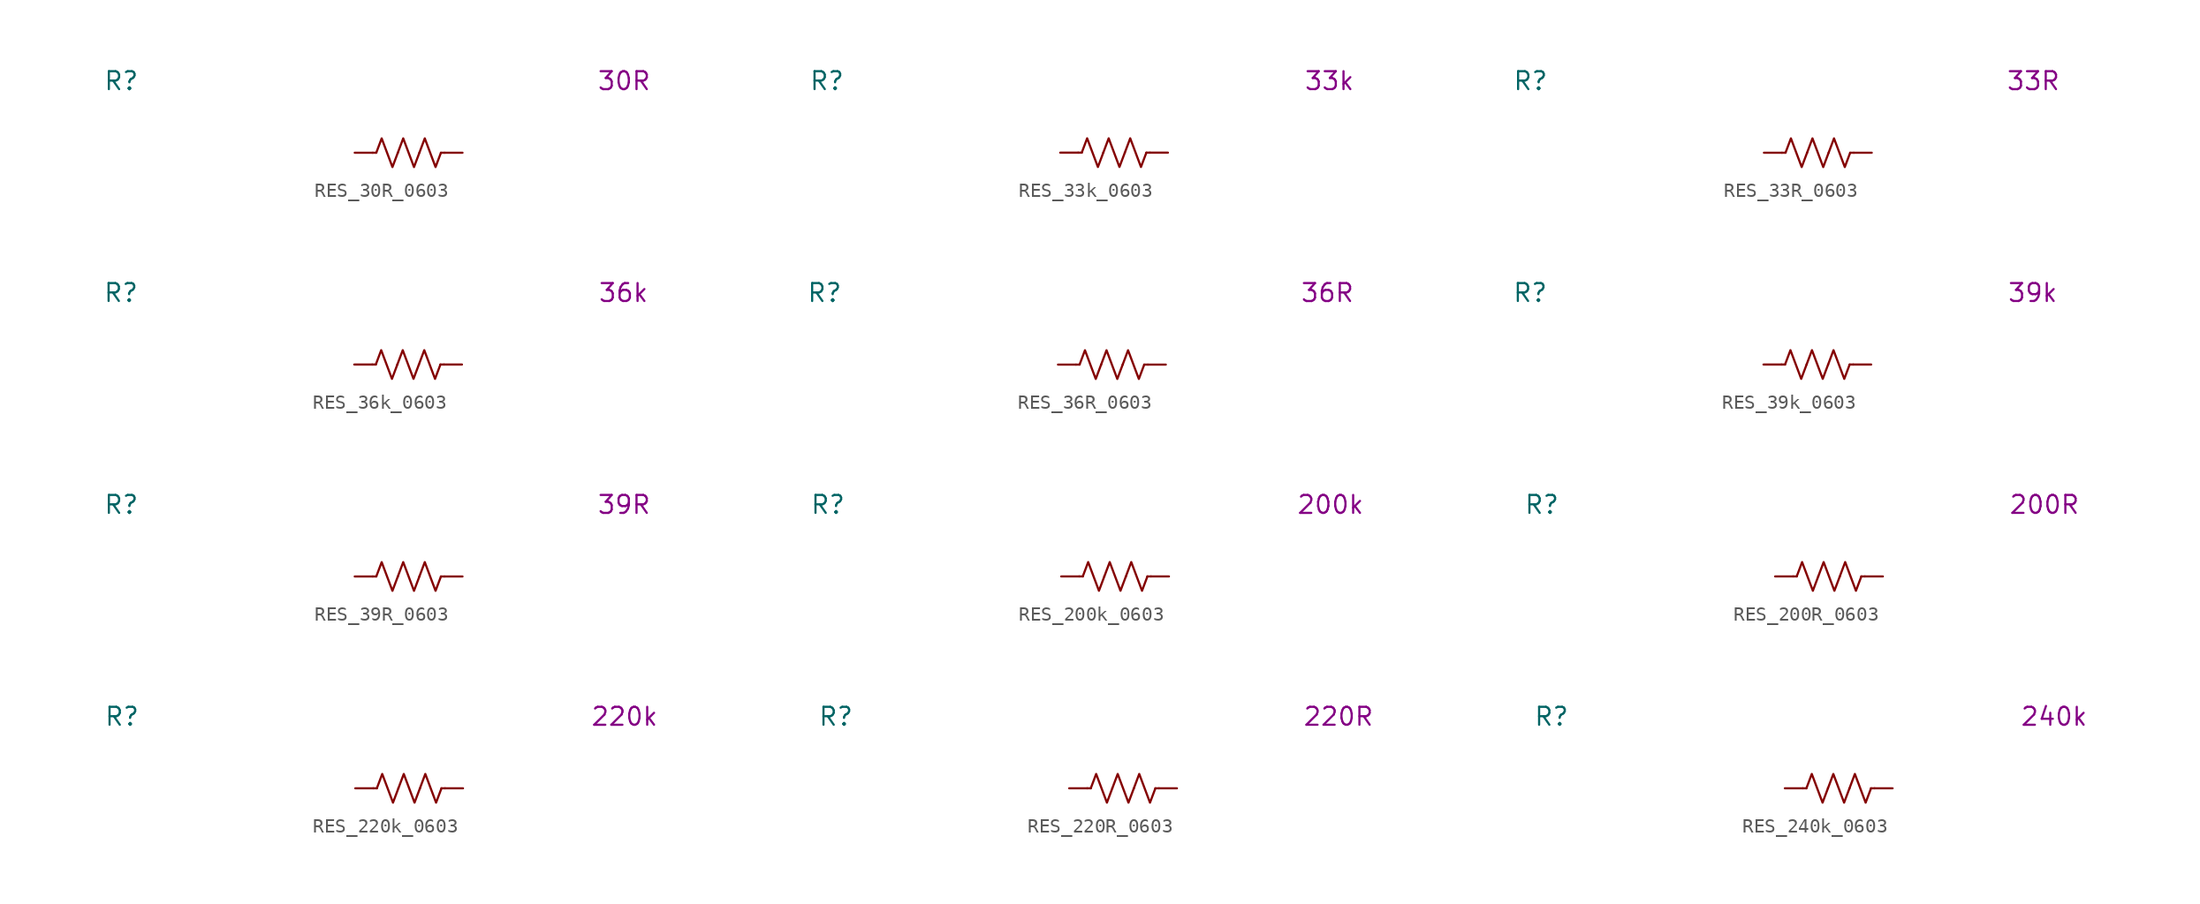
<source format=kicad_sym>
(kicad_symbol_lib
  (version 20231120)
  (generator "kicad_symbol_editor")
  (generator_version "8.0")
  (symbol "RES_30R_0603"
    (pin_numbers hide)
    (property "Reference" "R"
      (at -20.32 5.08 0)
      (effects (font (size 1.27 1.27))))
    (property "Display Value" "30R"
      (at 15.24 5.08 0)
      (effects (font (size 1.27 1.27))))
    (symbol "RES_30R_0603_0_1"
      (polyline (pts (xy -2.286 0) (xy -2.54 0)) (stroke (width 0) (type default)) (fill (type none)))
      (polyline (pts (xy 2.286 0) (xy 2.54 0)) (stroke (width 0) (type default)) (fill (type none)))
      (polyline (pts (xy -2.286 0) (xy -1.905 1.016) (xy -1.524 0) (xy -1.143 -1.016) (xy -0.762 0)) (stroke (width 0) (type default)) (fill (type none)))
      (polyline (pts (xy -0.762 0) (xy -0.381 1.016) (xy 0 0) (xy 0.381 -1.016) (xy 0.762 0)) (stroke (width 0) (type default)) (fill (type none)))
      (polyline (pts (xy 0.762 0) (xy 1.143 1.016) (xy 1.524 0) (xy 1.905 -1.016) (xy 2.286 0)) (stroke (width 0) (type default)) (fill (type none))))
    (symbol "RES_30R_0603_1_1"
      (pin passive line (at -3.81 0 0) (length 1.27) (name "~" (effects (font (size 1.27 1.27)))) (number "1" (effects (font (size 1.27 1.27)))))
      (pin passive line (at 3.81 0 180) (length 1.27) (name "~" (effects (font (size 1.27 1.27)))) (number "2" (effects (font (size 1.27 1.27)))))))
  (symbol "RES_33k_0603"
    (pin_numbers hide)
    (property "Reference" "R"
      (at -20.32 5.08 0)
      (effects (font (size 1.27 1.27))))
    (property "Display Value" "33k"
      (at 15.24 5.08 0)
      (effects (font (size 1.27 1.27))))
    (symbol "RES_33k_0603_0_1"
      (polyline (pts (xy -2.286 0) (xy -2.54 0)) (stroke (width 0) (type default)) (fill (type none)))
      (polyline (pts (xy 2.286 0) (xy 2.54 0)) (stroke (width 0) (type default)) (fill (type none)))
      (polyline (pts (xy -2.286 0) (xy -1.905 1.016) (xy -1.524 0) (xy -1.143 -1.016) (xy -0.762 0)) (stroke (width 0) (type default)) (fill (type none)))
      (polyline (pts (xy -0.762 0) (xy -0.381 1.016) (xy 0 0) (xy 0.381 -1.016) (xy 0.762 0)) (stroke (width 0) (type default)) (fill (type none)))
      (polyline (pts (xy 0.762 0) (xy 1.143 1.016) (xy 1.524 0) (xy 1.905 -1.016) (xy 2.286 0)) (stroke (width 0) (type default)) (fill (type none))))
    (symbol "RES_33k_0603_1_1"
      (pin passive line (at -3.81 0 0) (length 1.27) (name "~" (effects (font (size 1.27 1.27)))) (number "1" (effects (font (size 1.27 1.27)))))
      (pin passive line (at 3.81 0 180) (length 1.27) (name "~" (effects (font (size 1.27 1.27)))) (number "2" (effects (font (size 1.27 1.27)))))))
  (symbol "RES_33R_0603"
    (pin_numbers hide)
    (property "Reference" "R"
      (at -20.32 5.08 0)
      (effects (font (size 1.27 1.27))))
    (property "Display Value" "33R"
      (at 15.24 5.08 0)
      (effects (font (size 1.27 1.27))))
    (symbol "RES_33R_0603_0_1"
      (polyline (pts (xy -2.286 0) (xy -2.54 0)) (stroke (width 0) (type default)) (fill (type none)))
      (polyline (pts (xy 2.286 0) (xy 2.54 0)) (stroke (width 0) (type default)) (fill (type none)))
      (polyline (pts (xy -2.286 0) (xy -1.905 1.016) (xy -1.524 0) (xy -1.143 -1.016) (xy -0.762 0)) (stroke (width 0) (type default)) (fill (type none)))
      (polyline (pts (xy -0.762 0) (xy -0.381 1.016) (xy 0 0) (xy 0.381 -1.016) (xy 0.762 0)) (stroke (width 0) (type default)) (fill (type none)))
      (polyline (pts (xy 0.762 0) (xy 1.143 1.016) (xy 1.524 0) (xy 1.905 -1.016) (xy 2.286 0)) (stroke (width 0) (type default)) (fill (type none))))
    (symbol "RES_33R_0603_1_1"
      (pin passive line (at -3.81 0 0) (length 1.27) (name "~" (effects (font (size 1.27 1.27)))) (number "1" (effects (font (size 1.27 1.27)))))
      (pin passive line (at 3.81 0 180) (length 1.27) (name "~" (effects (font (size 1.27 1.27)))) (number "2" (effects (font (size 1.27 1.27)))))))
  (symbol "RES_36k_0603"
    (pin_numbers hide)
    (property "Reference" "R"
      (at -20.32 5.08 0)
      (effects (font (size 1.27 1.27))))
    (property "Display Value" "36k"
      (at 15.24 5.08 0)
      (effects (font (size 1.27 1.27))))
    (symbol "RES_36k_0603_0_1"
      (polyline (pts (xy -2.286 0) (xy -2.54 0)) (stroke (width 0) (type default)) (fill (type none)))
      (polyline (pts (xy 2.286 0) (xy 2.54 0)) (stroke (width 0) (type default)) (fill (type none)))
      (polyline (pts (xy -2.286 0) (xy -1.905 1.016) (xy -1.524 0) (xy -1.143 -1.016) (xy -0.762 0)) (stroke (width 0) (type default)) (fill (type none)))
      (polyline (pts (xy -0.762 0) (xy -0.381 1.016) (xy 0 0) (xy 0.381 -1.016) (xy 0.762 0)) (stroke (width 0) (type default)) (fill (type none)))
      (polyline (pts (xy 0.762 0) (xy 1.143 1.016) (xy 1.524 0) (xy 1.905 -1.016) (xy 2.286 0)) (stroke (width 0) (type default)) (fill (type none))))
    (symbol "RES_36k_0603_1_1"
      (pin passive line (at -3.81 0 0) (length 1.27) (name "~" (effects (font (size 1.27 1.27)))) (number "1" (effects (font (size 1.27 1.27)))))
      (pin passive line (at 3.81 0 180) (length 1.27) (name "~" (effects (font (size 1.27 1.27)))) (number "2" (effects (font (size 1.27 1.27)))))))
  (symbol "RES_36R_0603"
    (pin_numbers hide)
    (property "Reference" "R"
      (at -20.32 5.08 0)
      (effects (font (size 1.27 1.27))))
    (property "Display Value" "36R"
      (at 15.24 5.08 0)
      (effects (font (size 1.27 1.27))))
    (symbol "RES_36R_0603_0_1"
      (polyline (pts (xy -2.286 0) (xy -2.54 0)) (stroke (width 0) (type default)) (fill (type none)))
      (polyline (pts (xy 2.286 0) (xy 2.54 0)) (stroke (width 0) (type default)) (fill (type none)))
      (polyline (pts (xy -2.286 0) (xy -1.905 1.016) (xy -1.524 0) (xy -1.143 -1.016) (xy -0.762 0)) (stroke (width 0) (type default)) (fill (type none)))
      (polyline (pts (xy -0.762 0) (xy -0.381 1.016) (xy 0 0) (xy 0.381 -1.016) (xy 0.762 0)) (stroke (width 0) (type default)) (fill (type none)))
      (polyline (pts (xy 0.762 0) (xy 1.143 1.016) (xy 1.524 0) (xy 1.905 -1.016) (xy 2.286 0)) (stroke (width 0) (type default)) (fill (type none))))
    (symbol "RES_36R_0603_1_1"
      (pin passive line (at -3.81 0 0) (length 1.27) (name "~" (effects (font (size 1.27 1.27)))) (number "1" (effects (font (size 1.27 1.27)))))
      (pin passive line (at 3.81 0 180) (length 1.27) (name "~" (effects (font (size 1.27 1.27)))) (number "2" (effects (font (size 1.27 1.27)))))))
  (symbol "RES_39k_0603"
    (pin_numbers hide)
    (property "Reference" "R"
      (at -20.32 5.08 0)
      (effects (font (size 1.27 1.27))))
    (property "Display Value" "39k"
      (at 15.24 5.08 0)
      (effects (font (size 1.27 1.27))))
    (symbol "RES_39k_0603_0_1"
      (polyline (pts (xy -2.286 0) (xy -2.54 0)) (stroke (width 0) (type default)) (fill (type none)))
      (polyline (pts (xy 2.286 0) (xy 2.54 0)) (stroke (width 0) (type default)) (fill (type none)))
      (polyline (pts (xy -2.286 0) (xy -1.905 1.016) (xy -1.524 0) (xy -1.143 -1.016) (xy -0.762 0)) (stroke (width 0) (type default)) (fill (type none)))
      (polyline (pts (xy -0.762 0) (xy -0.381 1.016) (xy 0 0) (xy 0.381 -1.016) (xy 0.762 0)) (stroke (width 0) (type default)) (fill (type none)))
      (polyline (pts (xy 0.762 0) (xy 1.143 1.016) (xy 1.524 0) (xy 1.905 -1.016) (xy 2.286 0)) (stroke (width 0) (type default)) (fill (type none))))
    (symbol "RES_39k_0603_1_1"
      (pin passive line (at -3.81 0 0) (length 1.27) (name "~" (effects (font (size 1.27 1.27)))) (number "1" (effects (font (size 1.27 1.27)))))
      (pin passive line (at 3.81 0 180) (length 1.27) (name "~" (effects (font (size 1.27 1.27)))) (number "2" (effects (font (size 1.27 1.27)))))))
  (symbol "RES_39R_0603"
    (pin_numbers hide)
    (property "Reference" "R"
      (at -20.32 5.08 0)
      (effects (font (size 1.27 1.27))))
    (property "Display Value" "39R"
      (at 15.24 5.08 0)
      (effects (font (size 1.27 1.27))))
    (symbol "RES_39R_0603_0_1"
      (polyline (pts (xy -2.286 0) (xy -2.54 0)) (stroke (width 0) (type default)) (fill (type none)))
      (polyline (pts (xy 2.286 0) (xy 2.54 0)) (stroke (width 0) (type default)) (fill (type none)))
      (polyline (pts (xy -2.286 0) (xy -1.905 1.016) (xy -1.524 0) (xy -1.143 -1.016) (xy -0.762 0)) (stroke (width 0) (type default)) (fill (type none)))
      (polyline (pts (xy -0.762 0) (xy -0.381 1.016) (xy 0 0) (xy 0.381 -1.016) (xy 0.762 0)) (stroke (width 0) (type default)) (fill (type none)))
      (polyline (pts (xy 0.762 0) (xy 1.143 1.016) (xy 1.524 0) (xy 1.905 -1.016) (xy 2.286 0)) (stroke (width 0) (type default)) (fill (type none))))
    (symbol "RES_39R_0603_1_1"
      (pin passive line (at -3.81 0 0) (length 1.27) (name "~" (effects (font (size 1.27 1.27)))) (number "1" (effects (font (size 1.27 1.27)))))
      (pin passive line (at 3.81 0 180) (length 1.27) (name "~" (effects (font (size 1.27 1.27)))) (number "2" (effects (font (size 1.27 1.27)))))))
  (symbol "RES_200k_0603"
    (pin_numbers hide)
    (property "Reference" "R"
      (at -20.32 5.08 0)
      (effects (font (size 1.27 1.27))))
    (property "Display Value" "200k"
      (at 15.24 5.08 0)
      (effects (font (size 1.27 1.27))))
    (symbol "RES_200k_0603_0_1"
      (polyline (pts (xy -2.286 0) (xy -2.54 0)) (stroke (width 0) (type default)) (fill (type none)))
      (polyline (pts (xy 2.286 0) (xy 2.54 0)) (stroke (width 0) (type default)) (fill (type none)))
      (polyline (pts (xy -2.286 0) (xy -1.905 1.016) (xy -1.524 0) (xy -1.143 -1.016) (xy -0.762 0)) (stroke (width 0) (type default)) (fill (type none)))
      (polyline (pts (xy -0.762 0) (xy -0.381 1.016) (xy 0 0) (xy 0.381 -1.016) (xy 0.762 0)) (stroke (width 0) (type default)) (fill (type none)))
      (polyline (pts (xy 0.762 0) (xy 1.143 1.016) (xy 1.524 0) (xy 1.905 -1.016) (xy 2.286 0)) (stroke (width 0) (type default)) (fill (type none))))
    (symbol "RES_200k_0603_1_1"
      (pin passive line (at -3.81 0 0) (length 1.27) (name "~" (effects (font (size 1.27 1.27)))) (number "1" (effects (font (size 1.27 1.27)))))
      (pin passive line (at 3.81 0 180) (length 1.27) (name "~" (effects (font (size 1.27 1.27)))) (number "2" (effects (font (size 1.27 1.27)))))))
  (symbol "RES_200R_0603"
    (pin_numbers hide)
    (property "Reference" "R"
      (at -20.32 5.08 0)
      (effects (font (size 1.27 1.27))))
    (property "Display Value" "200R"
      (at 15.24 5.08 0)
      (effects (font (size 1.27 1.27))))
    (symbol "RES_200R_0603_0_1"
      (polyline (pts (xy -2.286 0) (xy -2.54 0)) (stroke (width 0) (type default)) (fill (type none)))
      (polyline (pts (xy 2.286 0) (xy 2.54 0)) (stroke (width 0) (type default)) (fill (type none)))
      (polyline (pts (xy -2.286 0) (xy -1.905 1.016) (xy -1.524 0) (xy -1.143 -1.016) (xy -0.762 0)) (stroke (width 0) (type default)) (fill (type none)))
      (polyline (pts (xy -0.762 0) (xy -0.381 1.016) (xy 0 0) (xy 0.381 -1.016) (xy 0.762 0)) (stroke (width 0) (type default)) (fill (type none)))
      (polyline (pts (xy 0.762 0) (xy 1.143 1.016) (xy 1.524 0) (xy 1.905 -1.016) (xy 2.286 0)) (stroke (width 0) (type default)) (fill (type none))))
    (symbol "RES_200R_0603_1_1"
      (pin passive line (at -3.81 0 0) (length 1.27) (name "~" (effects (font (size 1.27 1.27)))) (number "1" (effects (font (size 1.27 1.27)))))
      (pin passive line (at 3.81 0 180) (length 1.27) (name "~" (effects (font (size 1.27 1.27)))) (number "2" (effects (font (size 1.27 1.27)))))))
  (symbol "RES_220k_0603"
    (pin_numbers hide)
    (property "Reference" "R"
      (at -20.32 5.08 0)
      (effects (font (size 1.27 1.27))))
    (property "Display Value" "220k"
      (at 15.24 5.08 0)
      (effects (font (size 1.27 1.27))))
    (symbol "RES_220k_0603_0_1"
      (polyline (pts (xy -2.286 0) (xy -2.54 0)) (stroke (width 0) (type default)) (fill (type none)))
      (polyline (pts (xy 2.286 0) (xy 2.54 0)) (stroke (width 0) (type default)) (fill (type none)))
      (polyline (pts (xy -2.286 0) (xy -1.905 1.016) (xy -1.524 0) (xy -1.143 -1.016) (xy -0.762 0)) (stroke (width 0) (type default)) (fill (type none)))
      (polyline (pts (xy -0.762 0) (xy -0.381 1.016) (xy 0 0) (xy 0.381 -1.016) (xy 0.762 0)) (stroke (width 0) (type default)) (fill (type none)))
      (polyline (pts (xy 0.762 0) (xy 1.143 1.016) (xy 1.524 0) (xy 1.905 -1.016) (xy 2.286 0)) (stroke (width 0) (type default)) (fill (type none))))
    (symbol "RES_220k_0603_1_1"
      (pin passive line (at -3.81 0 0) (length 1.27) (name "~" (effects (font (size 1.27 1.27)))) (number "1" (effects (font (size 1.27 1.27)))))
      (pin passive line (at 3.81 0 180) (length 1.27) (name "~" (effects (font (size 1.27 1.27)))) (number "2" (effects (font (size 1.27 1.27)))))))
  (symbol "RES_220R_0603"
    (pin_numbers hide)
    (property "Reference" "R"
      (at -20.32 5.08 0)
      (effects (font (size 1.27 1.27))))
    (property "Display Value" "220R"
      (at 15.24 5.08 0)
      (effects (font (size 1.27 1.27))))
    (symbol "RES_220R_0603_0_1"
      (polyline (pts (xy -2.286 0) (xy -2.54 0)) (stroke (width 0) (type default)) (fill (type none)))
      (polyline (pts (xy 2.286 0) (xy 2.54 0)) (stroke (width 0) (type default)) (fill (type none)))
      (polyline (pts (xy -2.286 0) (xy -1.905 1.016) (xy -1.524 0) (xy -1.143 -1.016) (xy -0.762 0)) (stroke (width 0) (type default)) (fill (type none)))
      (polyline (pts (xy -0.762 0) (xy -0.381 1.016) (xy 0 0) (xy 0.381 -1.016) (xy 0.762 0)) (stroke (width 0) (type default)) (fill (type none)))
      (polyline (pts (xy 0.762 0) (xy 1.143 1.016) (xy 1.524 0) (xy 1.905 -1.016) (xy 2.286 0)) (stroke (width 0) (type default)) (fill (type none))))
    (symbol "RES_220R_0603_1_1"
      (pin passive line (at -3.81 0 0) (length 1.27) (name "~" (effects (font (size 1.27 1.27)))) (number "1" (effects (font (size 1.27 1.27)))))
      (pin passive line (at 3.81 0 180) (length 1.27) (name "~" (effects (font (size 1.27 1.27)))) (number "2" (effects (font (size 1.27 1.27)))))))
  (symbol "RES_240k_0603"
    (pin_numbers hide)
    (property "Reference" "R"
      (at -20.32 5.08 0)
      (effects (font (size 1.27 1.27))))
    (property "Display Value" "240k"
      (at 15.24 5.08 0)
      (effects (font (size 1.27 1.27))))
    (symbol "RES_240k_0603_0_1"
      (polyline (pts (xy -2.286 0) (xy -2.54 0)) (stroke (width 0) (type default)) (fill (type none)))
      (polyline (pts (xy 2.286 0) (xy 2.54 0)) (stroke (width 0) (type default)) (fill (type none)))
      (polyline (pts (xy -2.286 0) (xy -1.905 1.016) (xy -1.524 0) (xy -1.143 -1.016) (xy -0.762 0)) (stroke (width 0) (type default)) (fill (type none)))
      (polyline (pts (xy -0.762 0) (xy -0.381 1.016) (xy 0 0) (xy 0.381 -1.016) (xy 0.762 0)) (stroke (width 0) (type default)) (fill (type none)))
      (polyline (pts (xy 0.762 0) (xy 1.143 1.016) (xy 1.524 0) (xy 1.905 -1.016) (xy 2.286 0)) (stroke (width 0) (type default)) (fill (type none))))
    (symbol "RES_240k_0603_1_1"
      (pin passive line (at -3.81 0 0) (length 1.27) (name "~" (effects (font (size 1.27 1.27)))) (number "1" (effects (font (size 1.27 1.27)))))
      (pin passive line (at 3.81 0 180) (length 1.27) (name "~" (effects (font (size 1.27 1.27)))) (number "2" (effects (font (size 1.27 1.27))))))))
</source>
